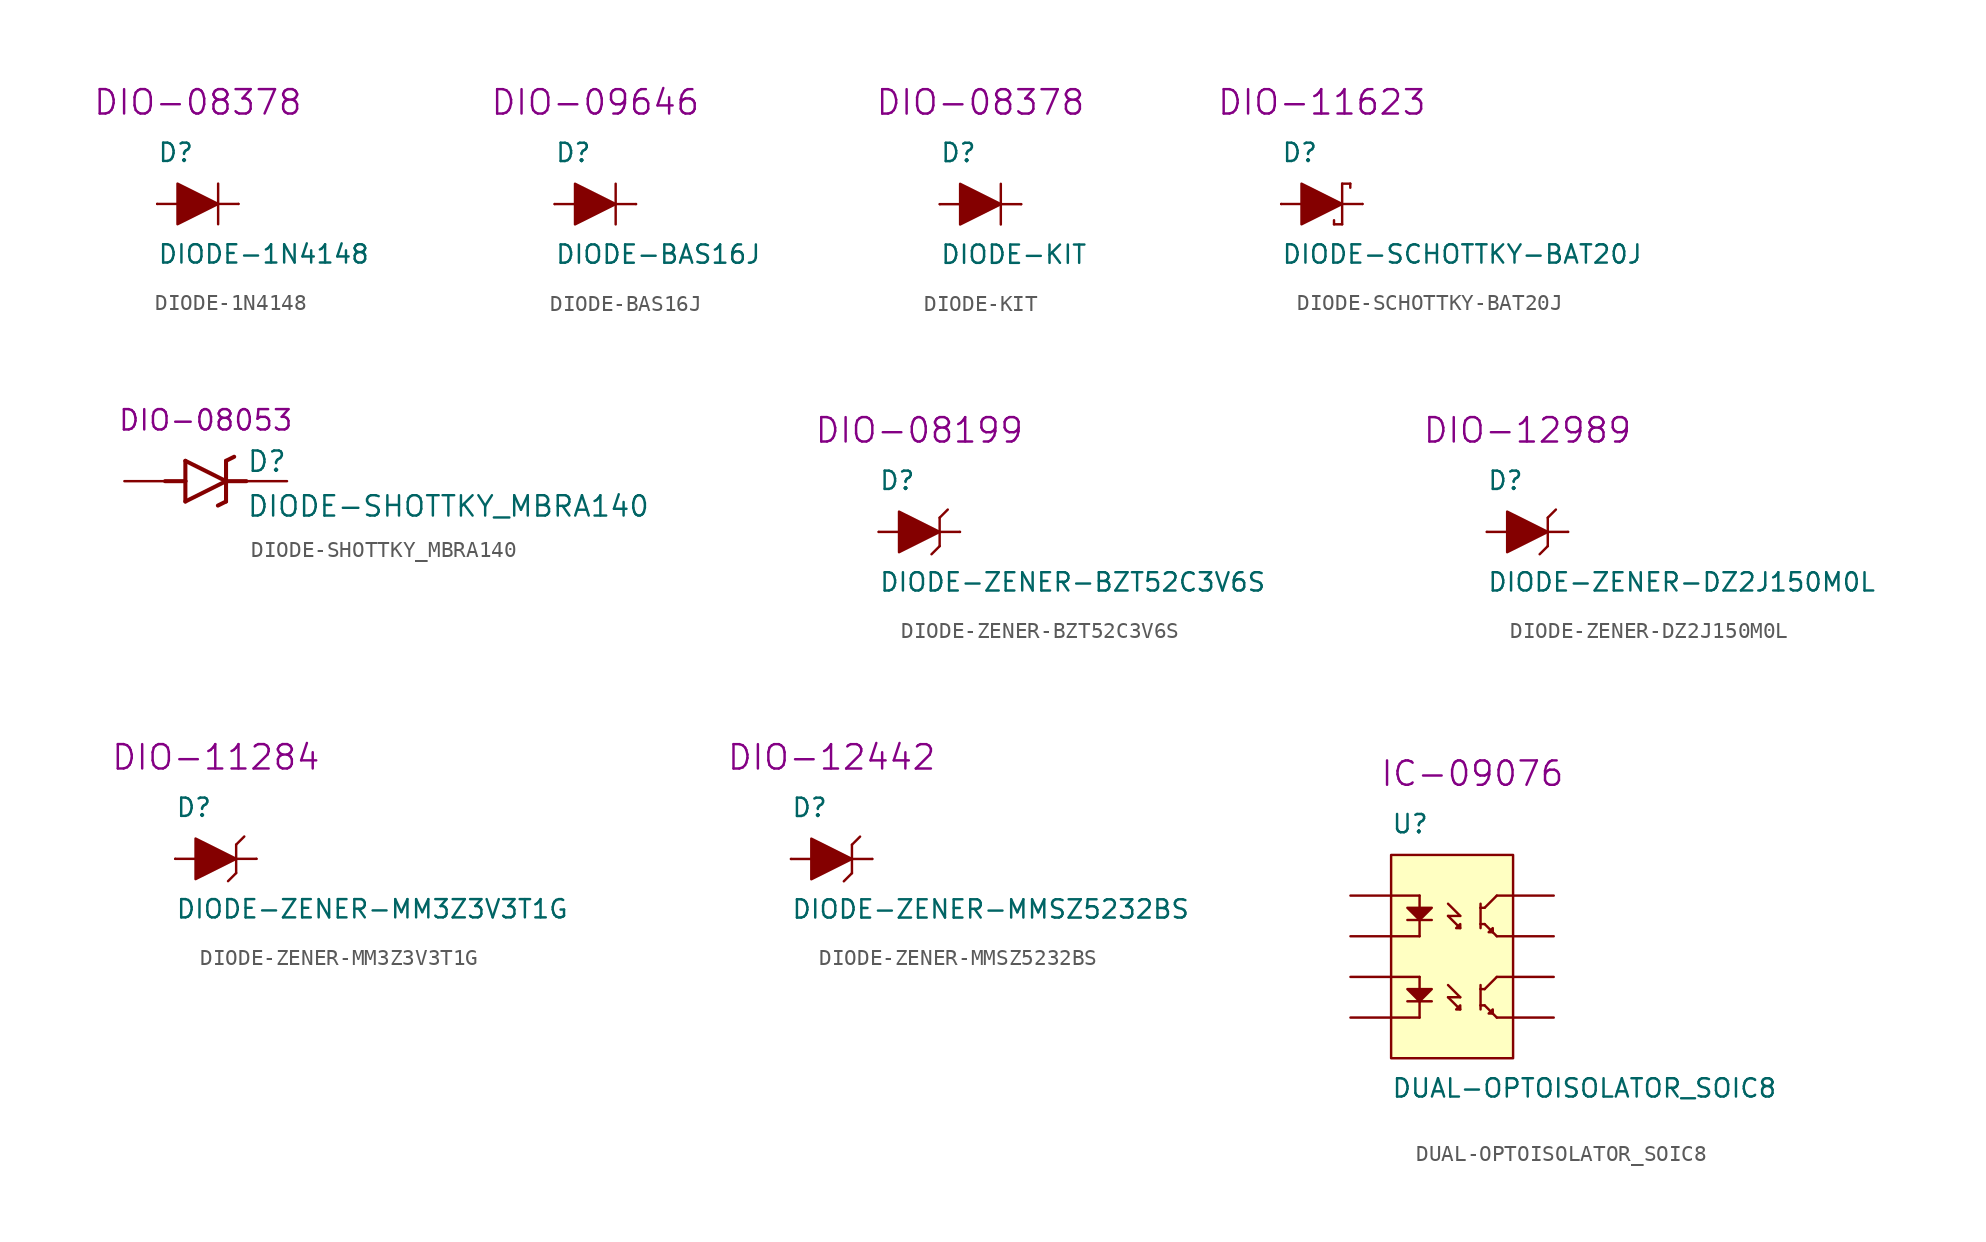
<source format=kicad_sym>
(kicad_symbol_lib
  (version 20201005)
  (generator kicad_symbol_editor)
  (symbol "DIODE-1N4148"
    (pin_numbers hide)
    (pin_names
      (offset 1.016) hide)
    (property "Reference" "D"
      (at -2.54 2.54 0)
      (effects (font (size 1.143 1.143)) (justify left bottom)))
    (property "Value" "DIODE-1N4148"
      (at -2.54 -3.81 0)
      (effects (font (size 1.143 1.143)) (justify left bottom)))
    (property "Field4" "DIO-08378"
      (at 0 6.35 0)
      (effects (font (size 1.524 1.524))))
    (property "ki_locked" ""
      (at 0 0 0)
      (effects (font (size 1.27 1.27))))
    (symbol "DIODE-1N4148_1_0"
      (polyline (pts (xy -2.54 0) (xy -1.27 0)) (stroke (width 0)) (fill (type none)))
      (polyline (pts (xy 1.27 0) (xy 1.27 -1.27)) (stroke (width 0)) (fill (type none)))
      (polyline (pts (xy 1.27 1.27) (xy 1.27 0)) (stroke (width 0)) (fill (type none)))
      (polyline (pts (xy 2.54 0) (xy 1.27 0)) (stroke (width 0)) (fill (type none))))
    (symbol "DIODE-1N4148_1_1"
      (polyline (pts (xy -1.27 1.27) (xy 1.27 0) (xy 1.27 0) (xy -1.27 -1.27) (xy -1.27 -1.27) (xy -1.27 1.27)) (stroke (width 0)) (fill (type outline)))
      (pin passive line (at -2.54 0 0) (length 0) (name "A" (effects (font (size 1.016 1.016)))) (number "A" (effects (font (size 1.016 1.016)))))
      (pin passive line (at 2.54 0 180) (length 0) (name "C" (effects (font (size 1.016 1.016)))) (number "C" (effects (font (size 1.016 1.016)))))))
  (symbol "DIODE-BAS16J"
    (pin_numbers hide)
    (pin_names
      (offset 1.016) hide)
    (property "Reference" "D"
      (at -2.54 2.54 0)
      (effects (font (size 1.143 1.143)) (justify left bottom)))
    (property "Value" "DIODE-BAS16J"
      (at -2.54 -3.81 0)
      (effects (font (size 1.143 1.143)) (justify left bottom)))
    (property "Field4" "DIO-09646"
      (at 0 6.35 0)
      (effects (font (size 1.524 1.524))))
    (property "ki_locked" ""
      (at 0 0 0)
      (effects (font (size 1.27 1.27))))
    (symbol "DIODE-BAS16J_1_0"
      (polyline (pts (xy -2.54 0) (xy -1.27 0)) (stroke (width 0)) (fill (type none)))
      (polyline (pts (xy 1.27 0) (xy 1.27 -1.27)) (stroke (width 0)) (fill (type none)))
      (polyline (pts (xy 1.27 1.27) (xy 1.27 0)) (stroke (width 0)) (fill (type none)))
      (polyline (pts (xy 2.54 0) (xy 1.27 0)) (stroke (width 0)) (fill (type none))))
    (symbol "DIODE-BAS16J_1_1"
      (polyline (pts (xy -1.27 1.27) (xy 1.27 0) (xy 1.27 0) (xy -1.27 -1.27) (xy -1.27 -1.27) (xy -1.27 1.27)) (stroke (width 0)) (fill (type outline)))
      (pin passive line (at -2.54 0 0) (length 0) (name "A" (effects (font (size 1.016 1.016)))) (number "A" (effects (font (size 1.016 1.016)))))
      (pin passive line (at 2.54 0 180) (length 0) (name "C" (effects (font (size 1.016 1.016)))) (number "C" (effects (font (size 1.016 1.016)))))))
  (symbol "DIODE-KIT"
    (pin_numbers hide)
    (pin_names
      (offset 1.016) hide)
    (property "Reference" "D"
      (at -2.54 2.54 0)
      (effects (font (size 1.143 1.143)) (justify left bottom)))
    (property "Value" "DIODE-KIT"
      (at -2.54 -3.81 0)
      (effects (font (size 1.143 1.143)) (justify left bottom)))
    (property "Field4" "DIO-08378"
      (at 0 6.35 0)
      (effects (font (size 1.524 1.524))))
    (property "ki_locked" ""
      (at 0 0 0)
      (effects (font (size 1.27 1.27))))
    (symbol "DIODE-KIT_1_0"
      (polyline (pts (xy -2.54 0) (xy -1.27 0)) (stroke (width 0)) (fill (type none)))
      (polyline (pts (xy 1.27 0) (xy 1.27 -1.27)) (stroke (width 0)) (fill (type none)))
      (polyline (pts (xy 1.27 1.27) (xy 1.27 0)) (stroke (width 0)) (fill (type none)))
      (polyline (pts (xy 2.54 0) (xy 1.27 0)) (stroke (width 0)) (fill (type none))))
    (symbol "DIODE-KIT_1_1"
      (polyline (pts (xy -1.27 1.27) (xy 1.27 0) (xy 1.27 0) (xy -1.27 -1.27) (xy -1.27 -1.27) (xy -1.27 1.27)) (stroke (width 0)) (fill (type outline)))
      (pin passive line (at -2.54 0 0) (length 0) (name "A" (effects (font (size 1.016 1.016)))) (number "A" (effects (font (size 1.016 1.016)))))
      (pin passive line (at 2.54 0 180) (length 0) (name "C" (effects (font (size 1.016 1.016)))) (number "C" (effects (font (size 1.016 1.016)))))))
  (symbol "DIODE-SCHOTTKY-BAT20J"
    (pin_numbers hide)
    (pin_names
      (offset 1.016) hide)
    (property "Reference" "D"
      (at -2.54 2.54 0)
      (effects (font (size 1.143 1.143)) (justify left bottom)))
    (property "Value" "DIODE-SCHOTTKY-BAT20J"
      (at -2.54 -3.81 0)
      (effects (font (size 1.143 1.143)) (justify left bottom)))
    (property "Field4" "DIO-11623"
      (at 0 6.35 0)
      (effects (font (size 1.524 1.524))))
    (property "ki_locked" ""
      (at 0 0 0)
      (effects (font (size 1.27 1.27))))
    (symbol "DIODE-SCHOTTKY-BAT20J_1_0"
      (polyline (pts (xy -2.54 0) (xy -1.27 0)) (stroke (width 0)) (fill (type none)))
      (polyline (pts (xy 0.762 -1.27) (xy 0.762 -1.016)) (stroke (width 0)) (fill (type none)))
      (polyline (pts (xy 1.27 -1.27) (xy 0.762 -1.27)) (stroke (width 0)) (fill (type none)))
      (polyline (pts (xy 1.27 0) (xy 1.27 -1.27)) (stroke (width 0)) (fill (type none)))
      (polyline (pts (xy 1.27 1.27) (xy 1.27 0)) (stroke (width 0)) (fill (type none)))
      (polyline (pts (xy 1.27 1.27) (xy 1.778 1.27)) (stroke (width 0)) (fill (type none)))
      (polyline (pts (xy 1.778 1.27) (xy 1.778 1.016)) (stroke (width 0)) (fill (type none)))
      (polyline (pts (xy 2.54 0) (xy 1.27 0)) (stroke (width 0)) (fill (type none))))
    (symbol "DIODE-SCHOTTKY-BAT20J_1_1"
      (polyline (pts (xy -1.27 1.27) (xy 1.27 0) (xy 1.27 0) (xy -1.27 -1.27) (xy -1.27 -1.27) (xy -1.27 1.27)) (stroke (width 0)) (fill (type outline)))
      (pin passive line (at -2.54 0 0) (length 0) (name "A" (effects (font (size 1.016 1.016)))) (number "A" (effects (font (size 1.016 1.016)))))
      (pin passive line (at 2.54 0 180) (length 0) (name "C" (effects (font (size 1.016 1.016)))) (number "C" (effects (font (size 1.016 1.016)))))))
  (symbol "DIODE-SHOTTKY_MBRA140"
    (pin_numbers hide)
    (pin_names
      (offset 1.27) hide)
    (property "Reference" "D"
      (at 2.54 0.483 0)
      (effects (font (size 1.27 1.27)) (justify left bottom)))
    (property "Value" "DIODE-SHOTTKY_MBRA140"
      (at 2.54 -2.311 0)
      (effects (font (size 1.27 1.27)) (justify left bottom)))
    (property "Field4" "DIO-08053"
      (at 0 3.81 0)
      (effects (font (size 1.27 1.27))))
    (symbol "DIODE-SHOTTKY_MBRA140_1_0"
      (polyline (pts (xy -2.54 0) (xy -1.27 0)) (stroke (width 0.254)) (fill (type none)))
      (polyline (pts (xy -1.27 -1.27) (xy 1.27 0)) (stroke (width 0.254)) (fill (type none)))
      (polyline (pts (xy -1.27 0) (xy -1.27 -1.27)) (stroke (width 0.254)) (fill (type none)))
      (polyline (pts (xy -1.27 1.27) (xy -1.27 0)) (stroke (width 0.254)) (fill (type none)))
      (polyline (pts (xy 1.27 -1.27) (xy 0.762 -1.524)) (stroke (width 0.254)) (fill (type none)))
      (polyline (pts (xy 1.27 0) (xy -1.27 1.27)) (stroke (width 0.254)) (fill (type none)))
      (polyline (pts (xy 1.27 0) (xy 1.27 -1.27)) (stroke (width 0.254)) (fill (type none)))
      (polyline (pts (xy 1.27 1.27) (xy 1.27 0)) (stroke (width 0.254)) (fill (type none)))
      (polyline (pts (xy 1.27 1.27) (xy 1.778 1.524)) (stroke (width 0.254)) (fill (type none)))
      (polyline (pts (xy 2.54 0) (xy 1.27 0)) (stroke (width 0.254)) (fill (type none))))
    (symbol "DIODE-SHOTTKY_MBRA140_1_1"
      (pin passive line (at -5.08 0 0) (length 2.54) (name "A" (effects (font (size 1.27 1.27)))) (number "A" (effects (font (size 1.27 1.27)))))
      (pin passive line (at 5.08 0 180) (length 2.54) (name "C" (effects (font (size 1.27 1.27)))) (number "C" (effects (font (size 1.27 1.27)))))))
  (symbol "DIODE-ZENER-BZT52C3V6S"
    (pin_numbers hide)
    (pin_names
      (offset 1.016) hide)
    (property "Reference" "D"
      (at -2.54 2.54 0)
      (effects (font (size 1.143 1.143)) (justify left bottom)))
    (property "Value" "DIODE-ZENER-BZT52C3V6S"
      (at -2.54 -3.81 0)
      (effects (font (size 1.143 1.143)) (justify left bottom)))
    (property "Field4" "DIO-08199"
      (at 0 6.35 0)
      (effects (font (size 1.524 1.524))))
    (property "ki_locked" ""
      (at 0 0 0)
      (effects (font (size 1.27 1.27))))
    (symbol "DIODE-ZENER-BZT52C3V6S_1_0"
      (polyline (pts (xy -2.54 0) (xy -1.27 0)) (stroke (width 0)) (fill (type none)))
      (polyline (pts (xy 1.27 -0.889) (xy 0.762 -1.397)) (stroke (width 0)) (fill (type none)))
      (polyline (pts (xy 1.27 0) (xy 1.27 -0.889)) (stroke (width 0)) (fill (type none)))
      (polyline (pts (xy 1.27 0.889) (xy 1.27 0)) (stroke (width 0)) (fill (type none)))
      (polyline (pts (xy 1.27 0.889) (xy 1.778 1.397)) (stroke (width 0)) (fill (type none)))
      (polyline (pts (xy 2.54 0) (xy 1.27 0)) (stroke (width 0)) (fill (type none))))
    (symbol "DIODE-ZENER-BZT52C3V6S_1_1"
      (polyline (pts (xy -1.27 1.27) (xy 1.27 0) (xy 1.27 0) (xy -1.27 -1.27) (xy -1.27 -1.27) (xy -1.27 1.27)) (stroke (width 0)) (fill (type outline)))
      (pin passive line (at -2.54 0 0) (length 0) (name "A" (effects (font (size 1.016 1.016)))) (number "A" (effects (font (size 1.016 1.016)))))
      (pin passive line (at 2.54 0 180) (length 0) (name "C" (effects (font (size 1.016 1.016)))) (number "C" (effects (font (size 1.016 1.016)))))))
  (symbol "DIODE-ZENER-DZ2J150M0L"
    (pin_numbers hide)
    (pin_names
      (offset 1.016) hide)
    (property "Reference" "D"
      (at -2.54 2.54 0)
      (effects (font (size 1.143 1.143)) (justify left bottom)))
    (property "Value" "DIODE-ZENER-DZ2J150M0L"
      (at -2.54 -3.81 0)
      (effects (font (size 1.143 1.143)) (justify left bottom)))
    (property "Field4" "DIO-12989"
      (at 0 6.35 0)
      (effects (font (size 1.524 1.524))))
    (property "ki_locked" ""
      (at 0 0 0)
      (effects (font (size 1.27 1.27))))
    (symbol "DIODE-ZENER-DZ2J150M0L_1_0"
      (polyline (pts (xy -2.54 0) (xy -1.27 0)) (stroke (width 0)) (fill (type none)))
      (polyline (pts (xy 1.27 -0.889) (xy 0.762 -1.397)) (stroke (width 0)) (fill (type none)))
      (polyline (pts (xy 1.27 0) (xy 1.27 -0.889)) (stroke (width 0)) (fill (type none)))
      (polyline (pts (xy 1.27 0.889) (xy 1.27 0)) (stroke (width 0)) (fill (type none)))
      (polyline (pts (xy 1.27 0.889) (xy 1.778 1.397)) (stroke (width 0)) (fill (type none)))
      (polyline (pts (xy 2.54 0) (xy 1.27 0)) (stroke (width 0)) (fill (type none))))
    (symbol "DIODE-ZENER-DZ2J150M0L_1_1"
      (polyline (pts (xy -1.27 1.27) (xy 1.27 0) (xy 1.27 0) (xy -1.27 -1.27) (xy -1.27 -1.27) (xy -1.27 1.27)) (stroke (width 0)) (fill (type outline)))
      (pin passive line (at -2.54 0 0) (length 0) (name "A" (effects (font (size 1.016 1.016)))) (number "A" (effects (font (size 1.016 1.016)))))
      (pin passive line (at 2.54 0 180) (length 0) (name "C" (effects (font (size 1.016 1.016)))) (number "C" (effects (font (size 1.016 1.016)))))))
  (symbol "DIODE-ZENER-MM3Z3V3T1G"
    (pin_numbers hide)
    (pin_names
      (offset 1.016) hide)
    (property "Reference" "D"
      (at -2.54 2.54 0)
      (effects (font (size 1.143 1.143)) (justify left bottom)))
    (property "Value" "DIODE-ZENER-MM3Z3V3T1G"
      (at -2.54 -3.81 0)
      (effects (font (size 1.143 1.143)) (justify left bottom)))
    (property "Field4" "DIO-11284"
      (at 0 6.35 0)
      (effects (font (size 1.524 1.524))))
    (property "ki_locked" ""
      (at 0 0 0)
      (effects (font (size 1.27 1.27))))
    (symbol "DIODE-ZENER-MM3Z3V3T1G_1_0"
      (polyline (pts (xy -2.54 0) (xy -1.27 0)) (stroke (width 0)) (fill (type none)))
      (polyline (pts (xy 1.27 -0.889) (xy 0.762 -1.397)) (stroke (width 0)) (fill (type none)))
      (polyline (pts (xy 1.27 0) (xy 1.27 -0.889)) (stroke (width 0)) (fill (type none)))
      (polyline (pts (xy 1.27 0.889) (xy 1.27 0)) (stroke (width 0)) (fill (type none)))
      (polyline (pts (xy 1.27 0.889) (xy 1.778 1.397)) (stroke (width 0)) (fill (type none)))
      (polyline (pts (xy 2.54 0) (xy 1.27 0)) (stroke (width 0)) (fill (type none))))
    (symbol "DIODE-ZENER-MM3Z3V3T1G_1_1"
      (polyline (pts (xy -1.27 1.27) (xy 1.27 0) (xy 1.27 0) (xy -1.27 -1.27) (xy -1.27 -1.27) (xy -1.27 1.27)) (stroke (width 0)) (fill (type outline)))
      (pin passive line (at -2.54 0 0) (length 0) (name "A" (effects (font (size 1.016 1.016)))) (number "A" (effects (font (size 1.016 1.016)))))
      (pin passive line (at 2.54 0 180) (length 0) (name "C" (effects (font (size 1.016 1.016)))) (number "C" (effects (font (size 1.016 1.016)))))))
  (symbol "DIODE-ZENER-MMSZ5232BS"
    (pin_numbers hide)
    (pin_names
      (offset 1.016) hide)
    (property "Reference" "D"
      (at -2.54 2.54 0)
      (effects (font (size 1.143 1.143)) (justify left bottom)))
    (property "Value" "DIODE-ZENER-MMSZ5232BS"
      (at -2.54 -3.81 0)
      (effects (font (size 1.143 1.143)) (justify left bottom)))
    (property "Field4" "DIO-12442"
      (at 0 6.35 0)
      (effects (font (size 1.524 1.524))))
    (property "ki_locked" ""
      (at 0 0 0)
      (effects (font (size 1.27 1.27))))
    (symbol "DIODE-ZENER-MMSZ5232BS_1_0"
      (polyline (pts (xy -2.54 0) (xy -1.27 0)) (stroke (width 0)) (fill (type none)))
      (polyline (pts (xy 1.27 -0.889) (xy 0.762 -1.397)) (stroke (width 0)) (fill (type none)))
      (polyline (pts (xy 1.27 0) (xy 1.27 -0.889)) (stroke (width 0)) (fill (type none)))
      (polyline (pts (xy 1.27 0.889) (xy 1.27 0)) (stroke (width 0)) (fill (type none)))
      (polyline (pts (xy 1.27 0.889) (xy 1.778 1.397)) (stroke (width 0)) (fill (type none)))
      (polyline (pts (xy 2.54 0) (xy 1.27 0)) (stroke (width 0)) (fill (type none))))
    (symbol "DIODE-ZENER-MMSZ5232BS_1_1"
      (polyline (pts (xy -1.27 1.27) (xy 1.27 0) (xy 1.27 0) (xy -1.27 -1.27) (xy -1.27 -1.27) (xy -1.27 1.27)) (stroke (width 0)) (fill (type outline)))
      (pin passive line (at -2.54 0 0) (length 0) (name "A" (effects (font (size 1.016 1.016)))) (number "A" (effects (font (size 1.016 1.016)))))
      (pin passive line (at 2.54 0 180) (length 0) (name "C" (effects (font (size 1.016 1.016)))) (number "C" (effects (font (size 1.016 1.016)))))))
  (symbol "DUAL-OPTOISOLATOR_SOIC8"
    (pin_numbers hide)
    (pin_names
      (offset 1.016) hide)
    (property "Reference" "U"
      (at -5.08 8.89 0)
      (effects (font (size 1.143 1.143)) (justify left bottom)))
    (property "Value" "DUAL-OPTOISOLATOR_SOIC8"
      (at -5.08 -7.62 0)
      (effects (font (size 1.143 1.143)) (justify left bottom)))
    (property "Field4" "IC-09076"
      (at 0 12.7 0)
      (effects (font (size 1.524 1.524))))
    (property "ki_locked" ""
      (at 0 0 0)
      (effects (font (size 1.27 1.27))))
    (symbol "DUAL-OPTOISOLATOR_SOIC8_1_0"
      (polyline (pts (xy -5.08 0) (xy -3.302 0)) (stroke (width 0)) (fill (type none)))
      (polyline (pts (xy -5.08 5.08) (xy -3.302 5.08)) (stroke (width 0)) (fill (type none)))
      (polyline (pts (xy -3.302 -2.54) (xy -5.08 -2.54)) (stroke (width 0)) (fill (type none)))
      (polyline (pts (xy -3.302 -1.524) (xy -4.064 -1.524)) (stroke (width 0)) (fill (type none)))
      (polyline (pts (xy -3.302 -1.524) (xy -3.302 -2.54)) (stroke (width 0)) (fill (type none)))
      (polyline (pts (xy -3.302 0) (xy -3.302 -0.762)) (stroke (width 0)) (fill (type none)))
      (polyline (pts (xy -3.302 2.54) (xy -5.08 2.54)) (stroke (width 0)) (fill (type none)))
      (polyline (pts (xy -3.302 3.556) (xy -4.064 3.556)) (stroke (width 0)) (fill (type none)))
      (polyline (pts (xy -3.302 3.556) (xy -3.302 2.54)) (stroke (width 0)) (fill (type none)))
      (polyline (pts (xy -3.302 5.08) (xy -3.302 4.318)) (stroke (width 0)) (fill (type none)))
      (polyline (pts (xy -2.54 -1.524) (xy -3.302 -1.524)) (stroke (width 0)) (fill (type none)))
      (polyline (pts (xy -2.54 3.556) (xy -3.302 3.556)) (stroke (width 0)) (fill (type none)))
      (polyline (pts (xy -1.524 -1.27) (xy -0.762 -2.032)) (stroke (width 0)) (fill (type none)))
      (polyline (pts (xy -1.524 -0.508) (xy -0.762 -1.27)) (stroke (width 0)) (fill (type none)))
      (polyline (pts (xy -1.524 3.81) (xy -0.762 3.048)) (stroke (width 0)) (fill (type none)))
      (polyline (pts (xy -1.524 4.572) (xy -0.762 3.81)) (stroke (width 0)) (fill (type none)))
      (polyline (pts (xy -0.762 -1.27) (xy -1.524 -1.27)) (stroke (width 0)) (fill (type none)))
      (polyline (pts (xy -0.762 3.81) (xy -1.524 3.81)) (stroke (width 0)) (fill (type none)))
      (polyline (pts (xy 0.508 -1.778) (xy 0.508 -2.032)) (stroke (width 0)) (fill (type none)))
      (polyline (pts (xy 0.508 -1.778) (xy 0.762 -1.778)) (stroke (width 0)) (fill (type none)))
      (polyline (pts (xy 0.508 -0.762) (xy 0.508 -1.778)) (stroke (width 0)) (fill (type none)))
      (polyline (pts (xy 0.508 -0.762) (xy 0.762 -0.762)) (stroke (width 0)) (fill (type none)))
      (polyline (pts (xy 0.508 -0.508) (xy 0.508 -0.762)) (stroke (width 0)) (fill (type none)))
      (polyline (pts (xy 0.508 3.302) (xy 0.508 3.048)) (stroke (width 0)) (fill (type none)))
      (polyline (pts (xy 0.508 3.302) (xy 0.762 3.302)) (stroke (width 0)) (fill (type none)))
      (polyline (pts (xy 0.508 4.318) (xy 0.508 3.302)) (stroke (width 0)) (fill (type none)))
      (polyline (pts (xy 0.508 4.318) (xy 0.762 4.318)) (stroke (width 0)) (fill (type none)))
      (polyline (pts (xy 0.508 4.572) (xy 0.508 4.318)) (stroke (width 0)) (fill (type none)))
      (polyline (pts (xy 0.762 -1.778) (xy 1.27 -2.286)) (stroke (width 0)) (fill (type none)))
      (polyline (pts (xy 0.762 -0.762) (xy 1.524 0)) (stroke (width 0)) (fill (type none)))
      (polyline (pts (xy 0.762 3.302) (xy 1.27 2.794)) (stroke (width 0)) (fill (type none)))
      (polyline (pts (xy 0.762 4.318) (xy 1.524 5.08)) (stroke (width 0)) (fill (type none)))
      (polyline (pts (xy 1.27 -2.286) (xy 1.524 -2.54)) (stroke (width 0)) (fill (type none)))
      (polyline (pts (xy 1.27 2.794) (xy 1.524 2.54)) (stroke (width 0)) (fill (type none)))
      (polyline (pts (xy 1.524 -2.54) (xy 2.54 -2.54)) (stroke (width 0)) (fill (type none)))
      (polyline (pts (xy 1.524 0) (xy 2.54 0)) (stroke (width 0)) (fill (type none)))
      (polyline (pts (xy 1.524 2.54) (xy 2.54 2.54)) (stroke (width 0)) (fill (type none)))
      (polyline (pts (xy 1.524 5.08) (xy 2.54 5.08)) (stroke (width 0)) (fill (type none))))
    (symbol "DUAL-OPTOISOLATOR_SOIC8_1_1"
      (polyline (pts (xy -0.762 -2.032) (xy -0.762 -1.778) (xy -1.016 -2.032) (xy -0.762 -2.032)) (stroke (width 0)) (fill (type background)))
      (polyline (pts (xy -0.762 3.048) (xy -0.762 3.302) (xy -1.016 3.048) (xy -0.762 3.048)) (stroke (width 0)) (fill (type background)))
      (polyline (pts (xy 1.27 -2.286) (xy 1.27 -2.032) (xy 1.016 -2.286) (xy 1.27 -2.286)) (stroke (width 0)) (fill (type background)))
      (polyline (pts (xy 1.27 2.794) (xy 1.27 3.048) (xy 1.016 2.794) (xy 1.27 2.794)) (stroke (width 0)) (fill (type background)))
      (polyline (pts (xy -4.064 -0.762) (xy -2.54 -0.762) (xy -2.54 -0.762) (xy -3.302 -1.524) (xy -3.302 -1.524) (xy -4.064 -0.762)) (stroke (width 0)) (fill (type outline)))
      (polyline (pts (xy -4.064 4.318) (xy -2.54 4.318) (xy -2.54 4.318) (xy -3.302 3.556) (xy -3.302 3.556) (xy -4.064 4.318)) (stroke (width 0)) (fill (type outline)))
      (polyline (pts (xy -5.08 7.62) (xy 2.54 7.62) (xy 2.54 5.08) (xy 2.54 2.54) (xy 2.54 0) (xy 2.54 -2.54) (xy 2.54 -5.08) (xy -5.08 -5.08) (xy -5.08 -2.54) (xy -5.08 0) (xy -5.08 2.54) (xy -5.08 5.08) (xy -5.08 7.62)) (stroke (width 0)) (fill (type background)))
      (pin bidirectional line (at -7.62 5.08 0) (length 2.54) (name "A1" (effects (font (size 1.016 1.016)))) (number "1" (effects (font (size 1.016 1.016)))))
      (pin bidirectional line (at -7.62 2.54 0) (length 2.54) (name "C1" (effects (font (size 1.016 1.016)))) (number "2" (effects (font (size 1.016 1.016)))))
      (pin bidirectional line (at -7.62 0 0) (length 2.54) (name "A2" (effects (font (size 1.016 1.016)))) (number "3" (effects (font (size 1.016 1.016)))))
      (pin bidirectional line (at -7.62 -2.54 0) (length 2.54) (name "C2" (effects (font (size 1.016 1.016)))) (number "4" (effects (font (size 1.016 1.016)))))
      (pin bidirectional line (at 5.08 -2.54 180) (length 2.54) (name "EM2" (effects (font (size 1.016 1.016)))) (number "5" (effects (font (size 1.016 1.016)))))
      (pin bidirectional line (at 5.08 0 180) (length 2.54) (name "CL2" (effects (font (size 1.016 1.016)))) (number "6" (effects (font (size 1.016 1.016)))))
      (pin bidirectional line (at 5.08 2.54 180) (length 2.54) (name "EM1" (effects (font (size 1.016 1.016)))) (number "7" (effects (font (size 1.016 1.016)))))
      (pin bidirectional line (at 5.08 5.08 180) (length 2.54) (name "CL1" (effects (font (size 1.016 1.016)))) (number "8" (effects (font (size 1.016 1.016))))))))
</source>
